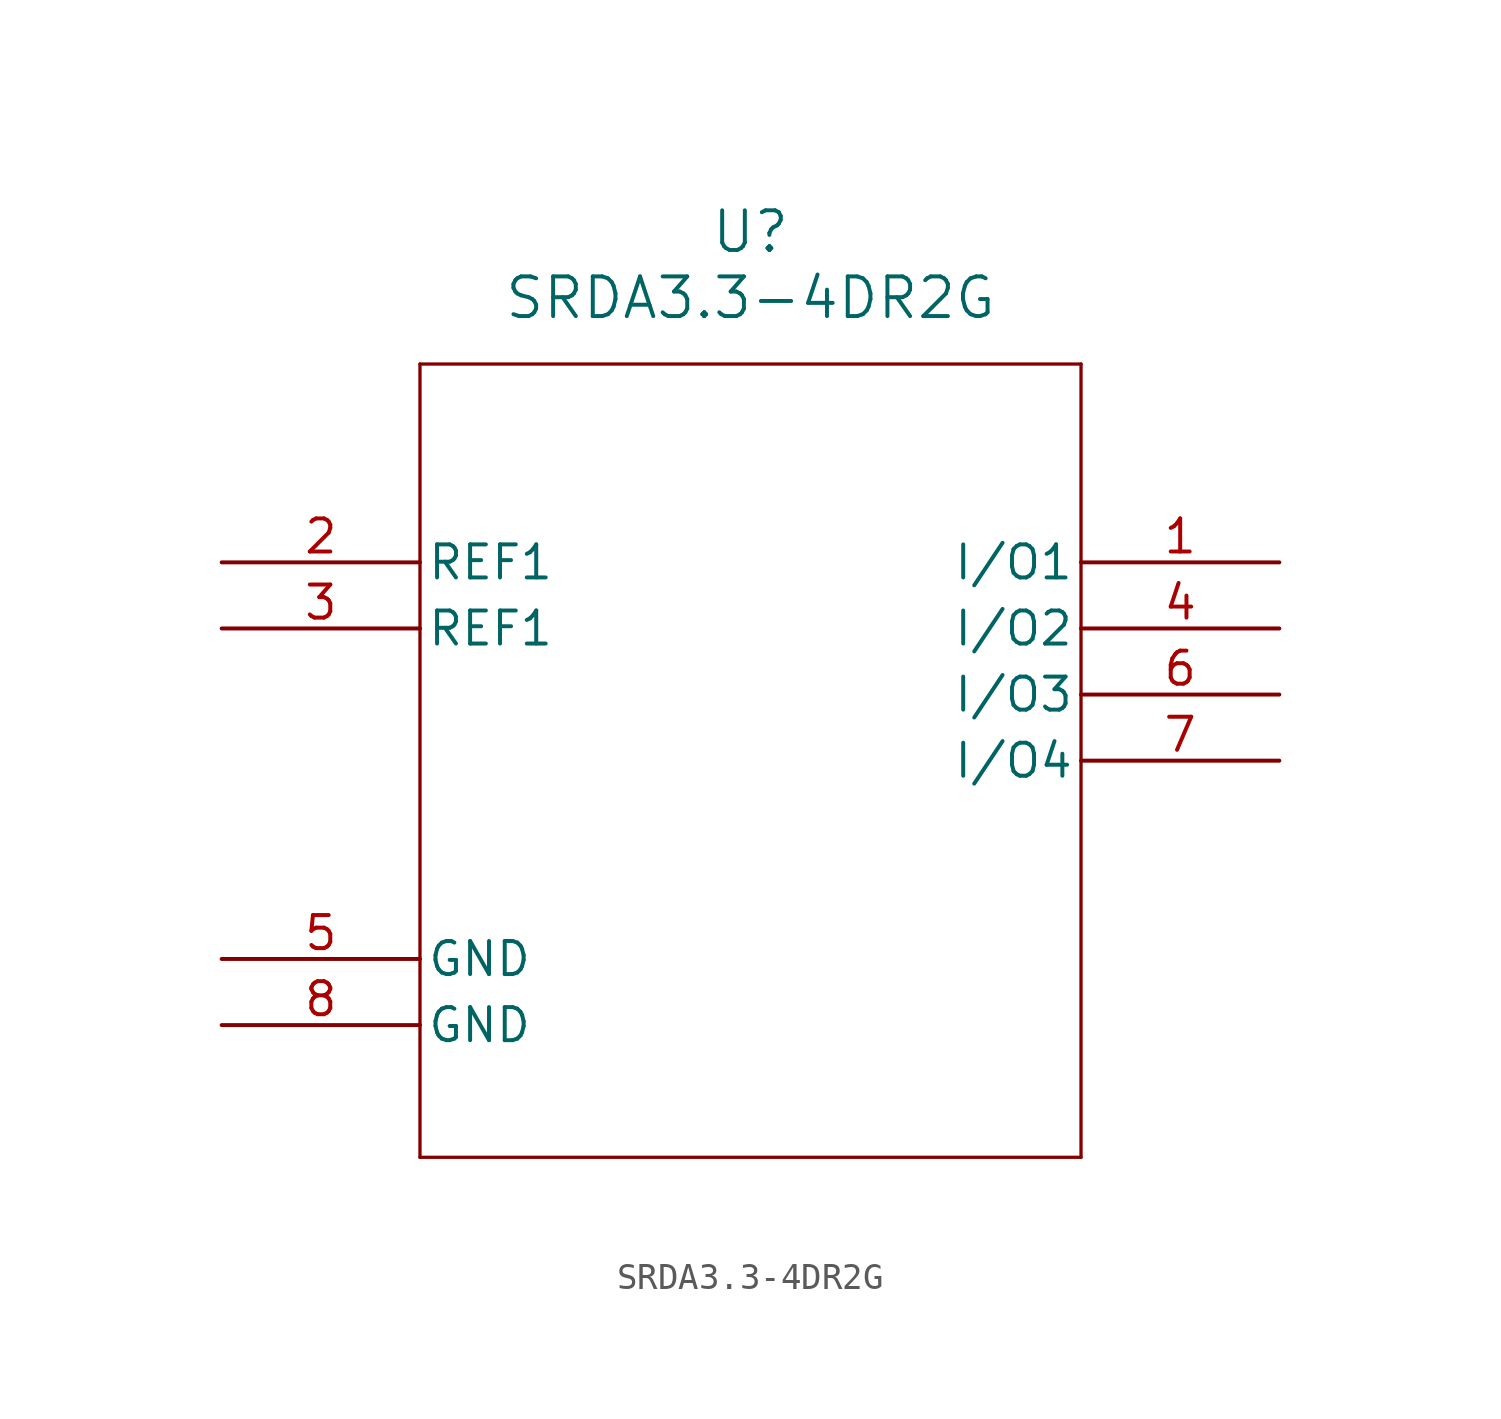
<source format=kicad_sym>
(kicad_symbol_lib
  (version 20211014)
  (generator kicad_symbol_editor)
  (symbol "SRDA3.3-4DR2G"
    (pin_names
      (offset 0.254))
    (property "Reference" "U"
      (at 20.32 12.7 0)
      (effects (font (size 1.524 1.524))))
    (property "Value" "SRDA3.3-4DR2G"
      (at 20.32 10.16 0)
      (effects (font (size 1.524 1.524))))
    (symbol "SRDA3.3-4DR2G_0_1"
      (polyline (pts (xy 7.62 7.62) (xy 7.62 -22.86)) (stroke (width 0.127) (type default) (color 0 0 0 0)) (fill (type none)))
      (polyline (pts (xy 7.62 -22.86) (xy 33.02 -22.86)) (stroke (width 0.127) (type default) (color 0 0 0 0)) (fill (type none)))
      (polyline (pts (xy 33.02 -22.86) (xy 33.02 7.62)) (stroke (width 0.127) (type default) (color 0 0 0 0)) (fill (type none)))
      (polyline (pts (xy 33.02 7.62) (xy 7.62 7.62)) (stroke (width 0.127) (type default) (color 0 0 0 0)) (fill (type none)))
      (pin bidirectional line (at 40.64 0 180) (length 7.62) (name "I/O1" (effects (font (size 1.27 1.27)))) (number "1" (effects (font (size 1.27 1.27)))))
      (pin unspecified line (at 0 0 0) (length 7.62) (name "REF1" (effects (font (size 1.27 1.27)))) (number "2" (effects (font (size 1.27 1.27)))))
      (pin unspecified line (at 0 -2.54 0) (length 7.62) (name "REF1" (effects (font (size 1.27 1.27)))) (number "3" (effects (font (size 1.27 1.27)))))
      (pin bidirectional line (at 40.64 -2.54 180) (length 7.62) (name "I/O2" (effects (font (size 1.27 1.27)))) (number "4" (effects (font (size 1.27 1.27)))))
      (pin power_in line (at 0 -15.24 0) (length 7.62) (name "GND" (effects (font (size 1.27 1.27)))) (number "5" (effects (font (size 1.27 1.27)))))
      (pin bidirectional line (at 40.64 -5.08 180) (length 7.62) (name "I/O3" (effects (font (size 1.27 1.27)))) (number "6" (effects (font (size 1.27 1.27)))))
      (pin bidirectional line (at 40.64 -7.62 180) (length 7.62) (name "I/O4" (effects (font (size 1.27 1.27)))) (number "7" (effects (font (size 1.27 1.27)))))
      (pin power_in line (at 0 -17.78 0) (length 7.62) (name "GND" (effects (font (size 1.27 1.27)))) (number "8" (effects (font (size 1.27 1.27))))))))
</source>
